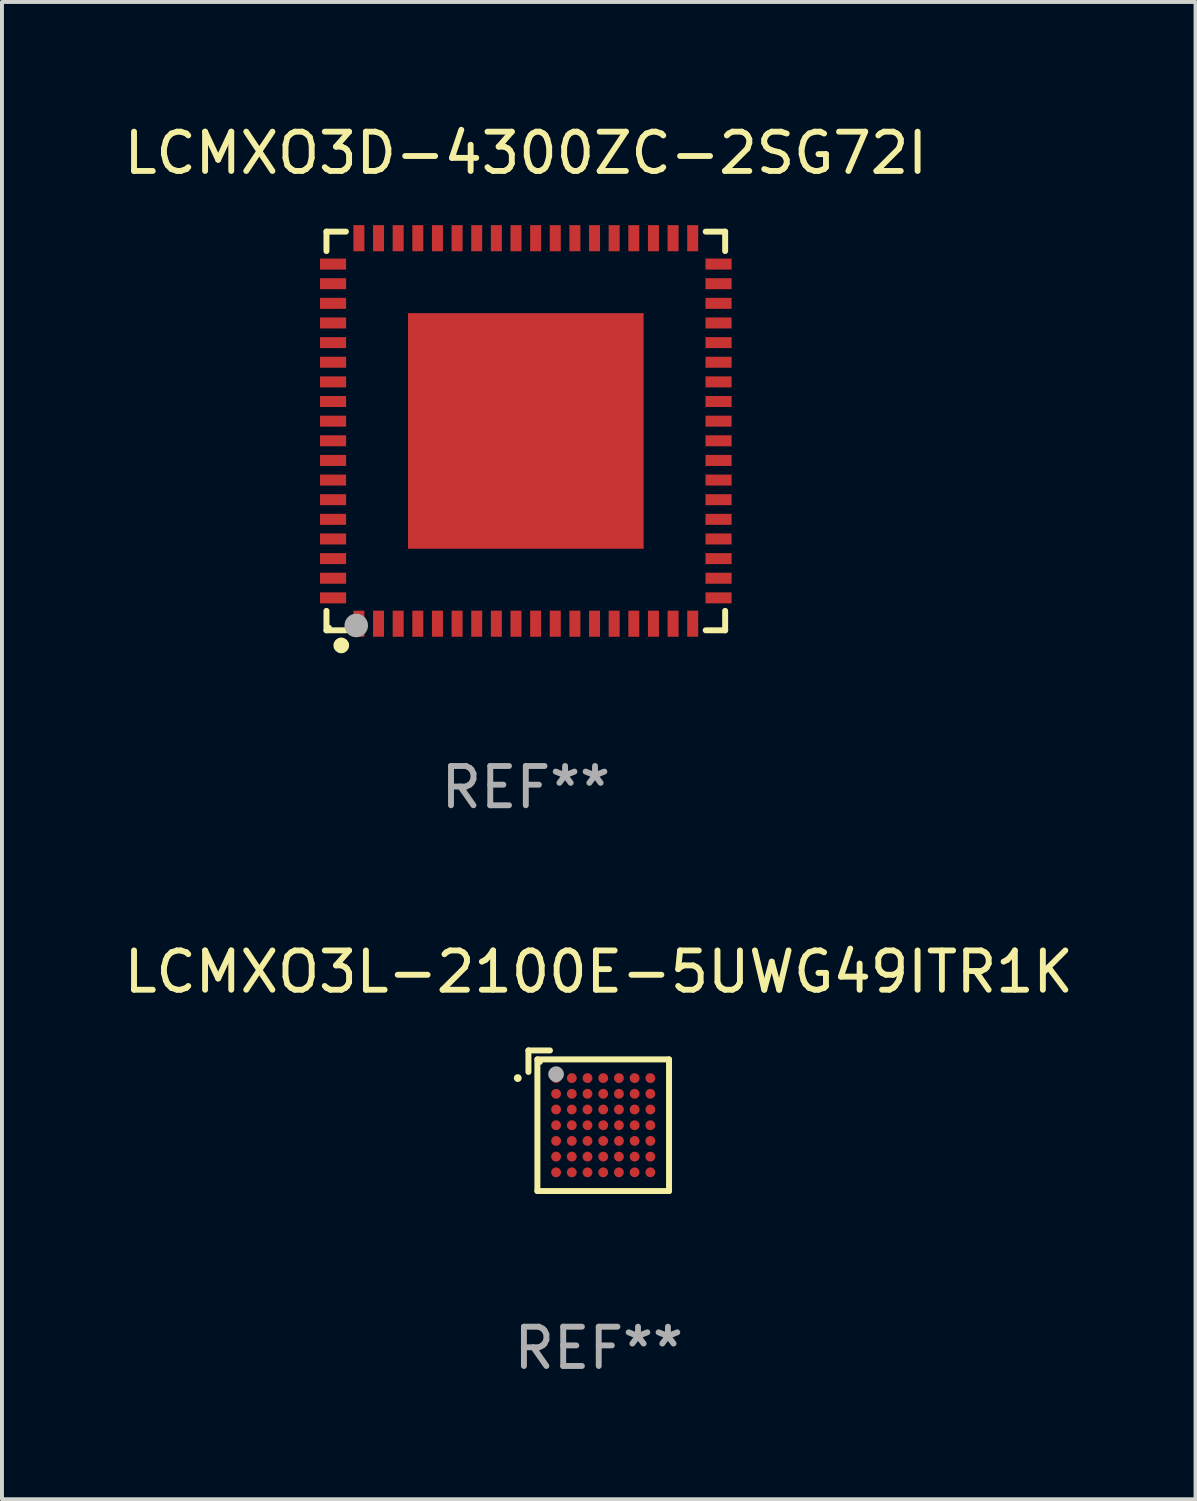
<source format=kicad_pcb>
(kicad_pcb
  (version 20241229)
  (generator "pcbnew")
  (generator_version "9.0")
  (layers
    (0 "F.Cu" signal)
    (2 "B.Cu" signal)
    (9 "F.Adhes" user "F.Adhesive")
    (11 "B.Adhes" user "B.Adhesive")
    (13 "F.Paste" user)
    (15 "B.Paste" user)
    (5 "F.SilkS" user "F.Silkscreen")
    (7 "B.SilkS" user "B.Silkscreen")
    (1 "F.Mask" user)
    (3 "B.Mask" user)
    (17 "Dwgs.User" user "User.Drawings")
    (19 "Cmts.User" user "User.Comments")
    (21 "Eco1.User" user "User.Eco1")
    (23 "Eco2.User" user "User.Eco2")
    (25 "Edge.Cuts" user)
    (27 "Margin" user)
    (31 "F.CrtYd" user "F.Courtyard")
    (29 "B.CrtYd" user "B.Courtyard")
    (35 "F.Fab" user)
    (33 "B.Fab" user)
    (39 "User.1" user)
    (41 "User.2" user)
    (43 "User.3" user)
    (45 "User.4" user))
  (footprint "LCMXO3D-4300ZC-2SG72I"
    (layer "F.Cu")
    (at 10.339 7.924)
    (property "Reference" "LCMXO3D-4300ZC-2SG72I" (at 0 -7.076 0) (layer "F.SilkS") (effects (font (size 1 1) (thickness 0.15))))
    (attr through_hole)
    (fp_line (start -5.076 -5.076) (end -4.581 -5.076) (stroke (width 0.152) (type solid)) (layer "F.SilkS"))
    (fp_line (start -5.076 -4.581) (end -5.076 -5.076) (stroke (width 0.152) (type solid)) (layer "F.SilkS"))
    (fp_line (start -5.076 4.581) (end -5.076 5.076) (stroke (width 0.152) (type solid)) (layer "F.SilkS"))
    (fp_line (start -5.076 5.076) (end -4.581 5.076) (stroke (width 0.152) (type solid)) (layer "F.SilkS"))
    (fp_line (start 5.076 -5.076) (end 4.581 -5.076) (stroke (width 0.152) (type solid)) (layer "F.SilkS"))
    (fp_line (start 5.076 -4.581) (end 5.076 -5.076) (stroke (width 0.152) (type solid)) (layer "F.SilkS"))
    (fp_line (start 5.076 4.581) (end 5.076 5.076) (stroke (width 0.152) (type solid)) (layer "F.SilkS"))
    (fp_line (start 5.076 5.076) (end 4.581 5.076) (stroke (width 0.152) (type solid)) (layer "F.SilkS"))
    (fp_circle (center -5 5) (end -4.97 5) (stroke (width 0.06) (type solid)) (fill no) (layer "F.SilkS"))
    (fp_circle (center -4.699 5.461) (end -4.599 5.461) (stroke (width 0.2) (type solid)) (fill no) (layer "F.SilkS"))
    (fp_circle (center -4.318 4.953) (end -4.168 4.953) (stroke (width 0.3) (type solid)) (fill no) (layer "F.Fab"))
    (fp_text user "REF**" (at 0 9.076 0) (layer "F.Fab") (effects (font (size 1 1) (thickness 0.15))))
    (pad "1" smd rect (at -4.25 4.908) (size 0.28 0.665) (layers "F.Cu" "F.Mask" "F.Paste"))
    (pad "2" smd rect (at -3.75 4.908) (size 0.28 0.665) (layers "F.Cu" "F.Mask" "F.Paste"))
    (pad "3" smd rect (at -3.25 4.908) (size 0.28 0.665) (layers "F.Cu" "F.Mask" "F.Paste"))
    (pad "4" smd rect (at -2.75 4.908) (size 0.28 0.665) (layers "F.Cu" "F.Mask" "F.Paste"))
    (pad "5" smd rect (at -2.25 4.908) (size 0.28 0.665) (layers "F.Cu" "F.Mask" "F.Paste"))
    (pad "6" smd rect (at -1.75 4.908) (size 0.28 0.665) (layers "F.Cu" "F.Mask" "F.Paste"))
    (pad "7" smd rect (at -1.25 4.908) (size 0.28 0.665) (layers "F.Cu" "F.Mask" "F.Paste"))
    (pad "8" smd rect (at -0.75 4.908) (size 0.28 0.665) (layers "F.Cu" "F.Mask" "F.Paste"))
    (pad "9" smd rect (at -0.25 4.908) (size 0.28 0.665) (layers "F.Cu" "F.Mask" "F.Paste"))
    (pad "10" smd rect (at 0.25 4.908) (size 0.28 0.665) (layers "F.Cu" "F.Mask" "F.Paste"))
    (pad "11" smd rect (at 0.75 4.908) (size 0.28 0.665) (layers "F.Cu" "F.Mask" "F.Paste"))
    (pad "12" smd rect (at 1.25 4.908) (size 0.28 0.665) (layers "F.Cu" "F.Mask" "F.Paste"))
    (pad "13" smd rect (at 1.75 4.908) (size 0.28 0.665) (layers "F.Cu" "F.Mask" "F.Paste"))
    (pad "14" smd rect (at 2.25 4.908) (size 0.28 0.665) (layers "F.Cu" "F.Mask" "F.Paste"))
    (pad "15" smd rect (at 2.75 4.908) (size 0.28 0.665) (layers "F.Cu" "F.Mask" "F.Paste"))
    (pad "16" smd rect (at 3.25 4.908) (size 0.28 0.665) (layers "F.Cu" "F.Mask" "F.Paste"))
    (pad "17" smd rect (at 3.75 4.908) (size 0.28 0.665) (layers "F.Cu" "F.Mask" "F.Paste"))
    (pad "18" smd rect (at 4.25 4.908) (size 0.28 0.665) (layers "F.Cu" "F.Mask" "F.Paste"))
    (pad "19" smd rect (at 4.908 4.25) (size 0.665 0.28) (layers "F.Cu" "F.Mask" "F.Paste"))
    (pad "20" smd rect (at 4.908 3.75) (size 0.665 0.28) (layers "F.Cu" "F.Mask" "F.Paste"))
    (pad "21" smd rect (at 4.908 3.25) (size 0.665 0.28) (layers "F.Cu" "F.Mask" "F.Paste"))
    (pad "22" smd rect (at 4.908 2.75) (size 0.665 0.28) (layers "F.Cu" "F.Mask" "F.Paste"))
    (pad "23" smd rect (at 4.908 2.25) (size 0.665 0.28) (layers "F.Cu" "F.Mask" "F.Paste"))
    (pad "24" smd rect (at 4.908 1.75) (size 0.665 0.28) (layers "F.Cu" "F.Mask" "F.Paste"))
    (pad "25" smd rect (at 4.908 1.25) (size 0.665 0.28) (layers "F.Cu" "F.Mask" "F.Paste"))
    (pad "26" smd rect (at 4.908 0.75) (size 0.665 0.28) (layers "F.Cu" "F.Mask" "F.Paste"))
    (pad "27" smd rect (at 4.908 0.25) (size 0.665 0.28) (layers "F.Cu" "F.Mask" "F.Paste"))
    (pad "28" smd rect (at 4.908 -0.25) (size 0.665 0.28) (layers "F.Cu" "F.Mask" "F.Paste"))
    (pad "29" smd rect (at 4.908 -0.75) (size 0.665 0.28) (layers "F.Cu" "F.Mask" "F.Paste"))
    (pad "30" smd rect (at 4.908 -1.25) (size 0.665 0.28) (layers "F.Cu" "F.Mask" "F.Paste"))
    (pad "31" smd rect (at 4.908 -1.75) (size 0.665 0.28) (layers "F.Cu" "F.Mask" "F.Paste"))
    (pad "32" smd rect (at 4.908 -2.25) (size 0.665 0.28) (layers "F.Cu" "F.Mask" "F.Paste"))
    (pad "33" smd rect (at 4.908 -2.75) (size 0.665 0.28) (layers "F.Cu" "F.Mask" "F.Paste"))
    (pad "34" smd rect (at 4.908 -3.25) (size 0.665 0.28) (layers "F.Cu" "F.Mask" "F.Paste"))
    (pad "35" smd rect (at 4.908 -3.75) (size 0.665 0.28) (layers "F.Cu" "F.Mask" "F.Paste"))
    (pad "36" smd rect (at 4.908 -4.25) (size 0.665 0.28) (layers "F.Cu" "F.Mask" "F.Paste"))
    (pad "37" smd rect (at 4.25 -4.908) (size 0.28 0.665) (layers "F.Cu" "F.Mask" "F.Paste"))
    (pad "38" smd rect (at 3.75 -4.908) (size 0.28 0.665) (layers "F.Cu" "F.Mask" "F.Paste"))
    (pad "39" smd rect (at 3.25 -4.908) (size 0.28 0.665) (layers "F.Cu" "F.Mask" "F.Paste"))
    (pad "40" smd rect (at 2.75 -4.908) (size 0.28 0.665) (layers "F.Cu" "F.Mask" "F.Paste"))
    (pad "41" smd rect (at 2.25 -4.908) (size 0.28 0.665) (layers "F.Cu" "F.Mask" "F.Paste"))
    (pad "42" smd rect (at 1.75 -4.908) (size 0.28 0.665) (layers "F.Cu" "F.Mask" "F.Paste"))
    (pad "43" smd rect (at 1.25 -4.908) (size 0.28 0.665) (layers "F.Cu" "F.Mask" "F.Paste"))
    (pad "44" smd rect (at 0.75 -4.908) (size 0.28 0.665) (layers "F.Cu" "F.Mask" "F.Paste"))
    (pad "45" smd rect (at 0.25 -4.908) (size 0.28 0.665) (layers "F.Cu" "F.Mask" "F.Paste"))
    (pad "46" smd rect (at -0.25 -4.908) (size 0.28 0.665) (layers "F.Cu" "F.Mask" "F.Paste"))
    (pad "47" smd rect (at -0.75 -4.908) (size 0.28 0.665) (layers "F.Cu" "F.Mask" "F.Paste"))
    (pad "48" smd rect (at -1.25 -4.908) (size 0.28 0.665) (layers "F.Cu" "F.Mask" "F.Paste"))
    (pad "49" smd rect (at -1.75 -4.908) (size 0.28 0.665) (layers "F.Cu" "F.Mask" "F.Paste"))
    (pad "50" smd rect (at -2.25 -4.908) (size 0.28 0.665) (layers "F.Cu" "F.Mask" "F.Paste"))
    (pad "51" smd rect (at -2.75 -4.908) (size 0.28 0.665) (layers "F.Cu" "F.Mask" "F.Paste"))
    (pad "52" smd rect (at -3.25 -4.908) (size 0.28 0.665) (layers "F.Cu" "F.Mask" "F.Paste"))
    (pad "53" smd rect (at -3.75 -4.908) (size 0.28 0.665) (layers "F.Cu" "F.Mask" "F.Paste"))
    (pad "54" smd rect (at -4.25 -4.908) (size 0.28 0.665) (layers "F.Cu" "F.Mask" "F.Paste"))
    (pad "55" smd rect (at -4.908 -4.25) (size 0.665 0.28) (layers "F.Cu" "F.Mask" "F.Paste"))
    (pad "56" smd rect (at -4.908 -3.75) (size 0.665 0.28) (layers "F.Cu" "F.Mask" "F.Paste"))
    (pad "57" smd rect (at -4.908 -3.25) (size 0.665 0.28) (layers "F.Cu" "F.Mask" "F.Paste"))
    (pad "58" smd rect (at -4.908 -2.75) (size 0.665 0.28) (layers "F.Cu" "F.Mask" "F.Paste"))
    (pad "59" smd rect (at -4.908 -2.25) (size 0.665 0.28) (layers "F.Cu" "F.Mask" "F.Paste"))
    (pad "60" smd rect (at -4.908 -1.75) (size 0.665 0.28) (layers "F.Cu" "F.Mask" "F.Paste"))
    (pad "61" smd rect (at -4.908 -1.25) (size 0.665 0.28) (layers "F.Cu" "F.Mask" "F.Paste"))
    (pad "62" smd rect (at -4.908 -0.75) (size 0.665 0.28) (layers "F.Cu" "F.Mask" "F.Paste"))
    (pad "63" smd rect (at -4.908 -0.25) (size 0.665 0.28) (layers "F.Cu" "F.Mask" "F.Paste"))
    (pad "64" smd rect (at -4.908 0.25) (size 0.665 0.28) (layers "F.Cu" "F.Mask" "F.Paste"))
    (pad "65" smd rect (at -4.908 0.75) (size 0.665 0.28) (layers "F.Cu" "F.Mask" "F.Paste"))
    (pad "66" smd rect (at -4.908 1.25) (size 0.665 0.28) (layers "F.Cu" "F.Mask" "F.Paste"))
    (pad "67" smd rect (at -4.908 1.75) (size 0.665 0.28) (layers "F.Cu" "F.Mask" "F.Paste"))
    (pad "68" smd rect (at -4.908 2.25) (size 0.665 0.28) (layers "F.Cu" "F.Mask" "F.Paste"))
    (pad "69" smd rect (at -4.908 2.75) (size 0.665 0.28) (layers "F.Cu" "F.Mask" "F.Paste"))
    (pad "70" smd rect (at -4.908 3.25) (size 0.665 0.28) (layers "F.Cu" "F.Mask" "F.Paste"))
    (pad "71" smd rect (at -4.908 3.75) (size 0.665 0.28) (layers "F.Cu" "F.Mask" "F.Paste"))
    (pad "72" smd rect (at -4.908 4.25) (size 0.665 0.28) (layers "F.Cu" "F.Mask" "F.Paste"))
    (pad "73" smd rect (at 0 0) (size 6 6) (layers "F.Cu" "F.Mask" "F.Paste")))
  (footprint "LCMXO3L-2100E-5UWG49ITR1K"
    (layer "F.Cu")
    (at 12.196 25.488)
    (property "Reference" "LCMXO3L-2100E-5UWG49ITR1K" (at 0 -3.791 0) (layer "F.SilkS") (effects (font (size 1 1) (thickness 0.15))))
    (attr through_hole)
    (fp_line (start -1.79 -1.79) (end -1.242 -1.79) (stroke (width 0.152) (type solid)) (layer "F.SilkS"))
    (fp_line (start -1.79 -1.242) (end -1.79 -1.79) (stroke (width 0.152) (type solid)) (layer "F.SilkS"))
    (fp_line (start -1.562 -1.562) (end 1.79 -1.562) (stroke (width 0.152) (type solid)) (layer "F.SilkS"))
    (fp_line (start -1.562 1.79) (end -1.562 -1.562) (stroke (width 0.152) (type solid)) (layer "F.SilkS"))
    (fp_line (start 1.79 -1.562) (end 1.79 1.79) (stroke (width 0.152) (type solid)) (layer "F.SilkS"))
    (fp_line (start 1.79 1.79) (end -1.562 1.79) (stroke (width 0.152) (type solid)) (layer "F.SilkS"))
    (fp_circle (center -2.062 -1.086) (end -2.012 -1.086) (stroke (width 0.1) (type solid)) (fill no) (layer "F.SilkS"))
    (fp_circle (center -1.486 -1.486) (end -1.456 -1.486) (stroke (width 0.06) (type solid)) (fill no) (layer "F.SilkS"))
    (fp_circle (center -1.086 -1.186) (end -0.986 -1.186) (stroke (width 0.2) (type solid)) (fill no) (layer "F.Fab"))
    (fp_text user "REF**" (at 0 5.79 0) (layer "F.Fab") (effects (font (size 1 1) (thickness 0.15))))
    (pad "A1" smd circle (at -1.086 -1.086) (size 0.25 0.25) (layers "F.Cu" "F.Mask" "F.Paste"))
    (pad "A2" smd circle (at -0.686 -1.086) (size 0.25 0.25) (layers "F.Cu" "F.Mask" "F.Paste"))
    (pad "A3" smd circle (at -0.286 -1.086) (size 0.25 0.25) (layers "F.Cu" "F.Mask" "F.Paste"))
    (pad "A4" smd circle (at 0.114 -1.086) (size 0.25 0.25) (layers "F.Cu" "F.Mask" "F.Paste"))
    (pad "A5" smd circle (at 0.514 -1.086) (size 0.25 0.25) (layers "F.Cu" "F.Mask" "F.Paste"))
    (pad "A6" smd circle (at 0.914 -1.086) (size 0.25 0.25) (layers "F.Cu" "F.Mask" "F.Paste"))
    (pad "A7" smd circle (at 1.314 -1.086) (size 0.25 0.25) (layers "F.Cu" "F.Mask" "F.Paste"))
    (pad "B1" smd circle (at -1.086 -0.686) (size 0.25 0.25) (layers "F.Cu" "F.Mask" "F.Paste"))
    (pad "B2" smd circle (at -0.686 -0.686) (size 0.25 0.25) (layers "F.Cu" "F.Mask" "F.Paste"))
    (pad "B3" smd circle (at -0.286 -0.686) (size 0.25 0.25) (layers "F.Cu" "F.Mask" "F.Paste"))
    (pad "B4" smd circle (at 0.114 -0.686) (size 0.25 0.25) (layers "F.Cu" "F.Mask" "F.Paste"))
    (pad "B5" smd circle (at 0.514 -0.686) (size 0.25 0.25) (layers "F.Cu" "F.Mask" "F.Paste"))
    (pad "B6" smd circle (at 0.914 -0.686) (size 0.25 0.25) (layers "F.Cu" "F.Mask" "F.Paste"))
    (pad "B7" smd circle (at 1.314 -0.686) (size 0.25 0.25) (layers "F.Cu" "F.Mask" "F.Paste"))
    (pad "C1" smd circle (at -1.086 -0.286) (size 0.25 0.25) (layers "F.Cu" "F.Mask" "F.Paste"))
    (pad "C2" smd circle (at -0.686 -0.286) (size 0.25 0.25) (layers "F.Cu" "F.Mask" "F.Paste"))
    (pad "C3" smd circle (at -0.286 -0.286) (size 0.25 0.25) (layers "F.Cu" "F.Mask" "F.Paste"))
    (pad "C4" smd circle (at 0.114 -0.286) (size 0.25 0.25) (layers "F.Cu" "F.Mask" "F.Paste"))
    (pad "C5" smd circle (at 0.514 -0.286) (size 0.25 0.25) (layers "F.Cu" "F.Mask" "F.Paste"))
    (pad "C6" smd circle (at 0.914 -0.286) (size 0.25 0.25) (layers "F.Cu" "F.Mask" "F.Paste"))
    (pad "C7" smd circle (at 1.314 -0.286) (size 0.25 0.25) (layers "F.Cu" "F.Mask" "F.Paste"))
    (pad "D1" smd circle (at -1.086 0.114) (size 0.25 0.25) (layers "F.Cu" "F.Mask" "F.Paste"))
    (pad "D2" smd circle (at -0.686 0.114) (size 0.25 0.25) (layers "F.Cu" "F.Mask" "F.Paste"))
    (pad "D3" smd circle (at -0.286 0.114) (size 0.25 0.25) (layers "F.Cu" "F.Mask" "F.Paste"))
    (pad "D4" smd circle (at 0.114 0.114) (size 0.25 0.25) (layers "F.Cu" "F.Mask" "F.Paste"))
    (pad "D5" smd circle (at 0.514 0.114) (size 0.25 0.25) (layers "F.Cu" "F.Mask" "F.Paste"))
    (pad "D6" smd circle (at 0.914 0.114) (size 0.25 0.25) (layers "F.Cu" "F.Mask" "F.Paste"))
    (pad "D7" smd circle (at 1.314 0.114) (size 0.25 0.25) (layers "F.Cu" "F.Mask" "F.Paste"))
    (pad "E1" smd circle (at -1.086 0.514) (size 0.25 0.25) (layers "F.Cu" "F.Mask" "F.Paste"))
    (pad "E2" smd circle (at -0.686 0.514) (size 0.25 0.25) (layers "F.Cu" "F.Mask" "F.Paste"))
    (pad "E3" smd circle (at -0.286 0.514) (size 0.25 0.25) (layers "F.Cu" "F.Mask" "F.Paste"))
    (pad "E4" smd circle (at 0.114 0.514) (size 0.25 0.25) (layers "F.Cu" "F.Mask" "F.Paste"))
    (pad "E5" smd circle (at 0.514 0.514) (size 0.25 0.25) (layers "F.Cu" "F.Mask" "F.Paste"))
    (pad "E6" smd circle (at 0.914 0.514) (size 0.25 0.25) (layers "F.Cu" "F.Mask" "F.Paste"))
    (pad "E7" smd circle (at 1.314 0.514) (size 0.25 0.25) (layers "F.Cu" "F.Mask" "F.Paste"))
    (pad "F1" smd circle (at -1.086 0.914) (size 0.25 0.25) (layers "F.Cu" "F.Mask" "F.Paste"))
    (pad "F2" smd circle (at -0.686 0.914) (size 0.25 0.25) (layers "F.Cu" "F.Mask" "F.Paste"))
    (pad "F3" smd circle (at -0.286 0.914) (size 0.25 0.25) (layers "F.Cu" "F.Mask" "F.Paste"))
    (pad "F4" smd circle (at 0.114 0.914) (size 0.25 0.25) (layers "F.Cu" "F.Mask" "F.Paste"))
    (pad "F5" smd circle (at 0.514 0.914) (size 0.25 0.25) (layers "F.Cu" "F.Mask" "F.Paste"))
    (pad "F6" smd circle (at 0.914 0.914) (size 0.25 0.25) (layers "F.Cu" "F.Mask" "F.Paste"))
    (pad "F7" smd circle (at 1.314 0.914) (size 0.25 0.25) (layers "F.Cu" "F.Mask" "F.Paste"))
    (pad "G1" smd circle (at -1.086 1.314) (size 0.25 0.25) (layers "F.Cu" "F.Mask" "F.Paste"))
    (pad "G2" smd circle (at -0.686 1.314) (size 0.25 0.25) (layers "F.Cu" "F.Mask" "F.Paste"))
    (pad "G3" smd circle (at -0.286 1.314) (size 0.25 0.25) (layers "F.Cu" "F.Mask" "F.Paste"))
    (pad "G4" smd circle (at 0.114 1.314) (size 0.25 0.25) (layers "F.Cu" "F.Mask" "F.Paste"))
    (pad "G5" smd circle (at 0.514 1.314) (size 0.25 0.25) (layers "F.Cu" "F.Mask" "F.Paste"))
    (pad "G6" smd circle (at 0.914 1.314) (size 0.25 0.25) (layers "F.Cu" "F.Mask" "F.Paste"))
    (pad "G7" smd circle (at 1.314 1.314) (size 0.25 0.25) (layers "F.Cu" "F.Mask" "F.Paste")))
  (gr_rect
    (start -3 -3)
    (end 27.393 35.126)
    (stroke (width 0.1) (type default))
    (fill no)
    (layer "Edge.Cuts")))
</source>
